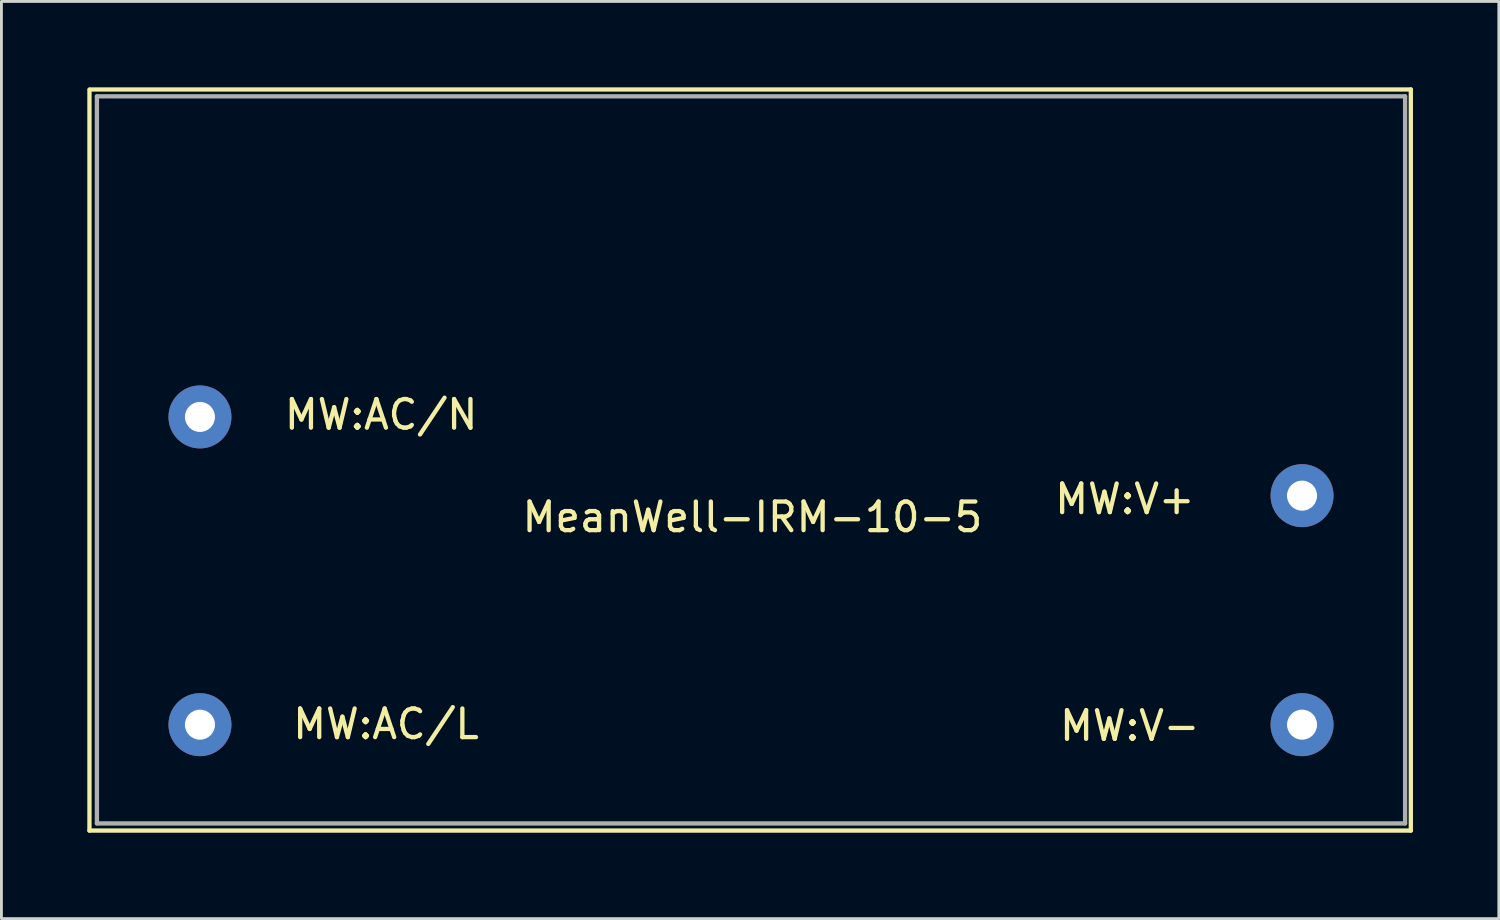
<source format=kicad_pcb>
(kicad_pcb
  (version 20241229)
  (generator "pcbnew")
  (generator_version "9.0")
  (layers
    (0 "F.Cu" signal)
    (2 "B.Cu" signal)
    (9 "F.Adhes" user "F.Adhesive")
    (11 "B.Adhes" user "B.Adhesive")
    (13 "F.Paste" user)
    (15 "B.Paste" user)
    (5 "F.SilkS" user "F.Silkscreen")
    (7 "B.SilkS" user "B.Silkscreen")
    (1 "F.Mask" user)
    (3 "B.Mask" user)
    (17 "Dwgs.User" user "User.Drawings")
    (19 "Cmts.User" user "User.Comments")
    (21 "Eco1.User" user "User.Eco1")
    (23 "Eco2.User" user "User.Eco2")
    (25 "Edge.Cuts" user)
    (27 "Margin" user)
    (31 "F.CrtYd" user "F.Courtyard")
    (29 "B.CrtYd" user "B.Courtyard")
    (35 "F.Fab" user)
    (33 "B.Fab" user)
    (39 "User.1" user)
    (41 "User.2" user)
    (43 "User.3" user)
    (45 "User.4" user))
  (footprint "MeanWell-IRM-10-5"
    (layer "F.Cu")
    (at 0.335 25.715)
    (property "Reference" "MeanWell-IRM-10-5" (at 22.9 -10.7 0) (layer "F.SilkS") (effects (font (size 1 1) (thickness 0.15))))
    (attr through_hole)
    (fp_line (start -0.26 0.25) (end -0.26 -25.63) (stroke (width 0.15) (type solid)) (layer "F.SilkS"))
    (fp_line (start -0.25 -25.64) (end 45.9 -25.64) (stroke (width 0.15) (type solid)) (layer "F.SilkS"))
    (fp_line (start 45.9 -25.64) (end 45.9 0.25) (stroke (width 0.15) (type solid)) (layer "F.SilkS"))
    (fp_line (start 45.9 0.25) (end -0.26 0.25) (stroke (width 0.15) (type solid)) (layer "F.SilkS"))
    (fp_line (start 0 -25.4) (end 0 0) (stroke (width 0.15) (type solid)) (layer "F.Fab"))
    (fp_line (start 0 0) (end 45.7 0) (stroke (width 0.15) (type solid)) (layer "F.Fab"))
    (fp_line (start 45.7 -25.4) (end 0 -25.4) (stroke (width 0.15) (type solid)) (layer "F.Fab"))
    (fp_line (start 45.7 0) (end 45.7 -25.4) (stroke (width 0.15) (type solid)) (layer "F.Fab"))
    (fp_text user "MW:AC/N" (at 9.93 -14.28 0) (layer "F.SilkS") (effects (font (size 1 1) (thickness 0.15))))
    (fp_text user "MW:V-" (at 36.08 -3.41 0) (layer "F.SilkS") (effects (font (size 1 1) (thickness 0.15))))
    (fp_text user "MW:AC/L" (at 10.1 -3.47 0) (layer "F.SilkS") (effects (font (size 1 1) (thickness 0.15))))
    (fp_text user "MW:V+" (at 35.91 -11.33 0) (layer "F.SilkS") (effects (font (size 1 1) (thickness 0.15))))
    (pad "1" thru_hole circle (at 3.6 -14.2) (size 2.2 2.2) (drill 1.05) (layers "*.Cu" "*.Mask"))
    (pad "2" thru_hole circle (at 3.6 -3.45) (size 2.2 2.2) (drill 1.05) (layers "*.Cu" "*.Mask"))
    (pad "3" thru_hole circle (at 42.1 -3.45) (size 2.2 2.2) (drill 1.05) (layers "*.Cu" "*.Mask"))
    (pad "4" thru_hole circle (at 42.1 -11.45) (size 2.2 2.2) (drill 1.05) (layers "*.Cu" "*.Mask")))
  (gr_rect
    (start -3 -3)
    (end 49.31 29.04)
    (stroke (width 0.1) (type default))
    (fill no)
    (layer "Edge.Cuts")))
</source>
